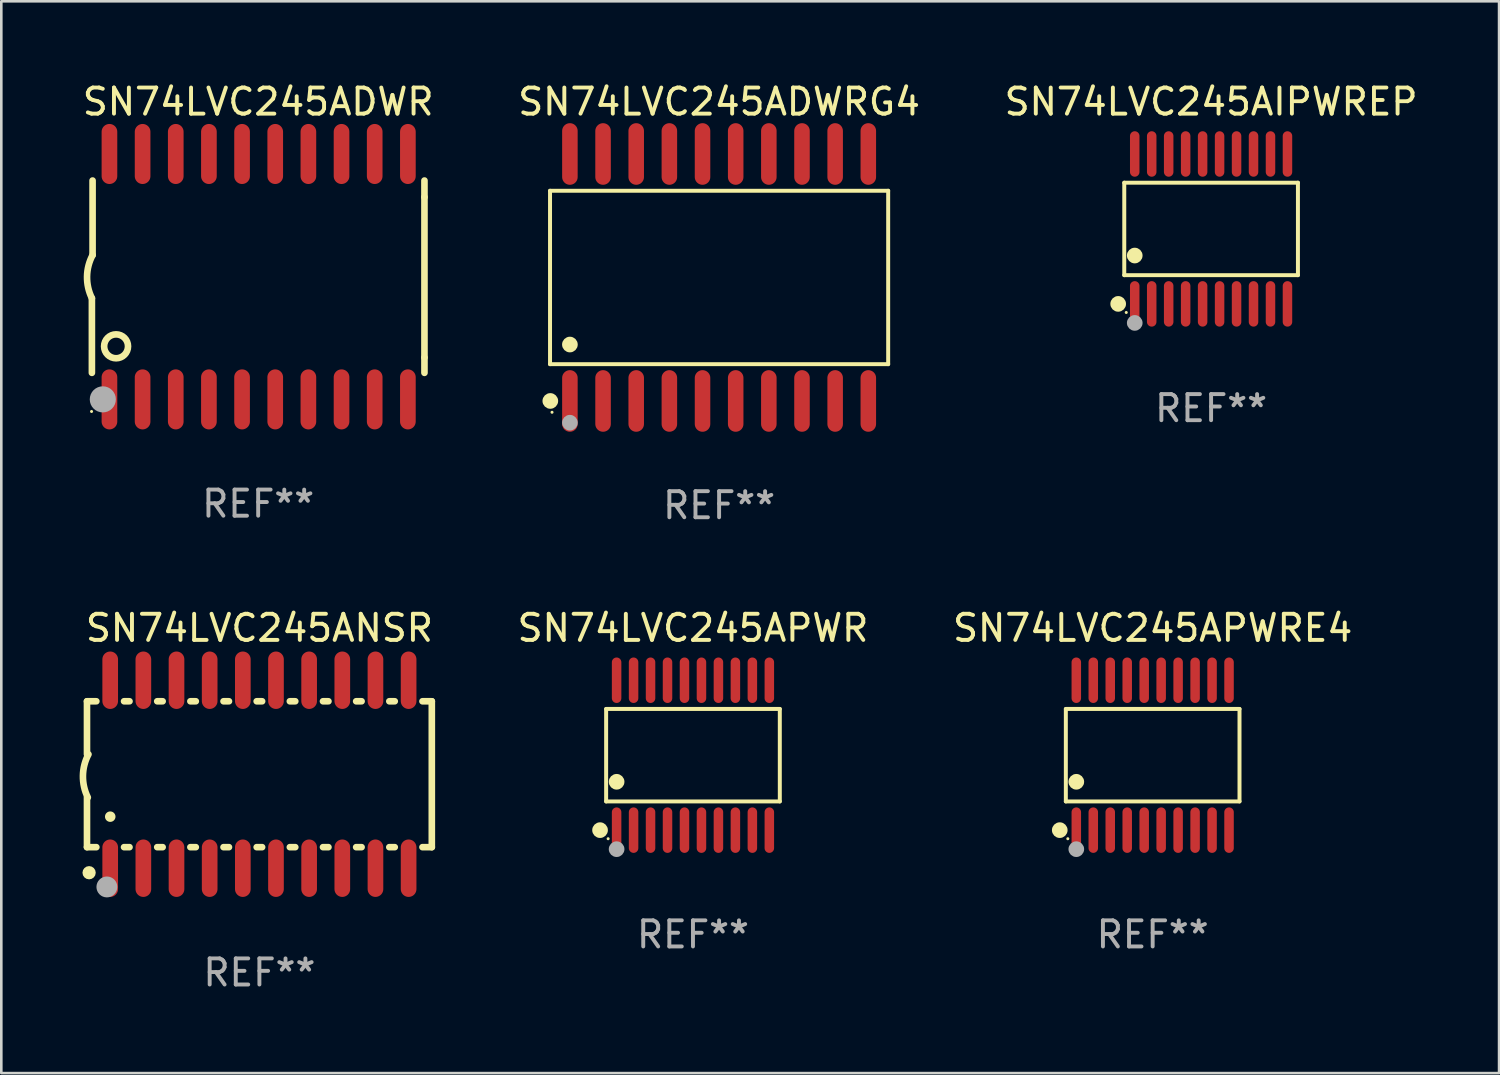
<source format=kicad_pcb>
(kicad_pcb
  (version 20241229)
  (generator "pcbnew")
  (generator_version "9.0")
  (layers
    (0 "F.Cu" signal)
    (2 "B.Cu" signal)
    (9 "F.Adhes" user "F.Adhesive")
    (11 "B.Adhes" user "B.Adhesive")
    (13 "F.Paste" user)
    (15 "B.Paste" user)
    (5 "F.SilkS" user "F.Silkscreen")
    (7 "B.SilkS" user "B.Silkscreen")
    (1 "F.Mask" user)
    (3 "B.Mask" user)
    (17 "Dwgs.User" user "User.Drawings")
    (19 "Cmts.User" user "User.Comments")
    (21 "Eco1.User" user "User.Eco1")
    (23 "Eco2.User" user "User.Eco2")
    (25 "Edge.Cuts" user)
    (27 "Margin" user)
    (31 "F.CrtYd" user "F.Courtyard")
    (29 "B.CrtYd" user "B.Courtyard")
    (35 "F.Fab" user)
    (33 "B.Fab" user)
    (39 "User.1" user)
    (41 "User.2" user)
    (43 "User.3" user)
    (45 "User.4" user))
  (footprint "SN74LVC245AIPWREP"
    (layer "F.Cu")
    (at 43.339 5.719)
    (property "Reference" "SN74LVC245AIPWREP" (at 0 -4.871 0) (layer "F.SilkS") (effects (font (size 1 1) (thickness 0.15))))
    (attr through_hole)
    (fp_line (start -3.326 -1.771) (end 3.326 -1.771) (stroke (width 0.152) (type solid)) (layer "F.SilkS"))
    (fp_line (start -3.326 1.771) (end -3.326 -1.771) (stroke (width 0.152) (type solid)) (layer "F.SilkS"))
    (fp_line (start 3.326 -1.771) (end 3.326 1.771) (stroke (width 0.152) (type solid)) (layer "F.SilkS"))
    (fp_line (start 3.326 1.771) (end -3.326 1.771) (stroke (width 0.152) (type solid)) (layer "F.SilkS"))
    (fp_circle (center -3.559 2.871) (end -3.409 2.871) (stroke (width 0.3) (type solid)) (fill no) (layer "F.SilkS"))
    (fp_circle (center -3.25 3.2) (end -3.22 3.2) (stroke (width 0.06) (type solid)) (fill no) (layer "F.SilkS"))
    (fp_circle (center -2.925 1.019) (end -2.775 1.019) (stroke (width 0.3) (type solid)) (fill no) (layer "F.SilkS"))
    (fp_circle (center -2.925 3.6) (end -2.775 3.6) (stroke (width 0.3) (type solid)) (fill no) (layer "F.Fab"))
    (fp_text user "REF**" (at 0 6.871 0) (layer "F.Fab") (effects (font (size 1 1) (thickness 0.15))))
    (pad "1" smd oval (at -2.925 2.871) (size 0.364 1.742) (layers "F.Cu" "F.Mask" "F.Paste"))
    (pad "2" smd oval (at -2.275 2.871) (size 0.364 1.742) (layers "F.Cu" "F.Mask" "F.Paste"))
    (pad "3" smd oval (at -1.625 2.871) (size 0.364 1.742) (layers "F.Cu" "F.Mask" "F.Paste"))
    (pad "4" smd oval (at -0.975 2.871) (size 0.364 1.742) (layers "F.Cu" "F.Mask" "F.Paste"))
    (pad "5" smd oval (at -0.325 2.871) (size 0.364 1.742) (layers "F.Cu" "F.Mask" "F.Paste"))
    (pad "6" smd oval (at 0.325 2.871) (size 0.364 1.742) (layers "F.Cu" "F.Mask" "F.Paste"))
    (pad "7" smd oval (at 0.975 2.871) (size 0.364 1.742) (layers "F.Cu" "F.Mask" "F.Paste"))
    (pad "8" smd oval (at 1.625 2.871) (size 0.364 1.742) (layers "F.Cu" "F.Mask" "F.Paste"))
    (pad "9" smd oval (at 2.275 2.871) (size 0.364 1.742) (layers "F.Cu" "F.Mask" "F.Paste"))
    (pad "10" smd oval (at 2.925 2.871) (size 0.364 1.742) (layers "F.Cu" "F.Mask" "F.Paste"))
    (pad "11" smd oval (at 2.925 -2.871) (size 0.364 1.742) (layers "F.Cu" "F.Mask" "F.Paste"))
    (pad "12" smd oval (at 2.275 -2.871) (size 0.364 1.742) (layers "F.Cu" "F.Mask" "F.Paste"))
    (pad "13" smd oval (at 1.625 -2.871) (size 0.364 1.742) (layers "F.Cu" "F.Mask" "F.Paste"))
    (pad "14" smd oval (at 0.975 -2.871) (size 0.364 1.742) (layers "F.Cu" "F.Mask" "F.Paste"))
    (pad "15" smd oval (at 0.325 -2.871) (size 0.364 1.742) (layers "F.Cu" "F.Mask" "F.Paste"))
    (pad "16" smd oval (at -0.325 -2.871) (size 0.364 1.742) (layers "F.Cu" "F.Mask" "F.Paste"))
    (pad "17" smd oval (at -0.975 -2.871) (size 0.364 1.742) (layers "F.Cu" "F.Mask" "F.Paste"))
    (pad "18" smd oval (at -1.625 -2.871) (size 0.364 1.742) (layers "F.Cu" "F.Mask" "F.Paste"))
    (pad "19" smd oval (at -2.275 -2.871) (size 0.364 1.742) (layers "F.Cu" "F.Mask" "F.Paste"))
    (pad "20" smd oval (at -2.925 -2.871) (size 0.364 1.742) (layers "F.Cu" "F.Mask" "F.Paste")))
  (footprint "SN74LVC245ADWR"
    (layer "F.Cu")
    (at 6.839 7.548)
    (property "Reference" "SN74LVC245ADWR" (at 0 -6.7 0) (layer "F.SilkS") (effects (font (size 1 1) (thickness 0.15))))
    (attr through_hole)
    (fp_line (start -6.369 0.826) (end -6.369 3.683) (stroke (width 0.254) (type solid)) (layer "F.SilkS"))
    (fp_line (start -6.343 -0.825) (end -6.343 -3.683) (stroke (width 0.254) (type solid)) (layer "F.SilkS"))
    (fp_line (start 6.369 -3.048) (end 6.369 -3.683) (stroke (width 0.254) (type solid)) (layer "F.SilkS"))
    (fp_line (start 6.369 -3.048) (end 6.369 3.096) (stroke (width 0.254) (type solid)) (layer "F.SilkS"))
    (fp_line (start 6.369 3.096) (end 6.369 3.683) (stroke (width 0.254) (type solid)) (layer "F.SilkS"))
    (fp_arc (start -6.36853 0.825552) (mid -6.554743 -0.00301) (end -6.343129 -0.825451) (stroke (width 0.254001) (type solid)) (layer "F.SilkS"))
    (fp_circle (center -6.382 5.163) (end -6.352 5.163) (stroke (width 0.06) (type solid)) (fill no) (layer "F.SilkS"))
    (fp_circle (center -5.443 2.667) (end -4.985 2.667) (stroke (width 0.254) (type solid)) (fill no) (layer "F.SilkS"))
    (fp_circle (center -5.951 4.699) (end -5.701 4.699) (stroke (width 0.5) (type solid)) (fill no) (layer "F.Fab"))
    (fp_text user "REF**" (at 0 8.7 0) (layer "F.Fab") (effects (font (size 1 1) (thickness 0.15))))
    (pad "1" smd oval (at -5.697 4.7 180) (size 0.6 2.3) (layers "F.Cu" "F.Mask" "F.Paste"))
    (pad "2" smd oval (at -4.427 4.7 180) (size 0.6 2.3) (layers "F.Cu" "F.Mask" "F.Paste"))
    (pad "3" smd oval (at -3.157 4.7 180) (size 0.6 2.3) (layers "F.Cu" "F.Mask" "F.Paste"))
    (pad "4" smd oval (at -1.887 4.7 180) (size 0.6 2.3) (layers "F.Cu" "F.Mask" "F.Paste"))
    (pad "5" smd oval (at -0.617 4.7 180) (size 0.6 2.3) (layers "F.Cu" "F.Mask" "F.Paste"))
    (pad "6" smd oval (at 0.653 4.7 180) (size 0.6 2.3) (layers "F.Cu" "F.Mask" "F.Paste"))
    (pad "7" smd oval (at 1.923 4.7 180) (size 0.6 2.3) (layers "F.Cu" "F.Mask" "F.Paste"))
    (pad "8" smd oval (at 3.193 4.7 180) (size 0.6 2.3) (layers "F.Cu" "F.Mask" "F.Paste"))
    (pad "9" smd oval (at 4.463 4.7 180) (size 0.6 2.3) (layers "F.Cu" "F.Mask" "F.Paste"))
    (pad "10" smd oval (at 5.734 4.7 180) (size 0.6 2.3) (layers "F.Cu" "F.Mask" "F.Paste"))
    (pad "11" smd oval (at 5.734 -4.7 180) (size 0.6 2.3) (layers "F.Cu" "F.Mask" "F.Paste"))
    (pad "12" smd oval (at 4.463 -4.7 180) (size 0.6 2.3) (layers "F.Cu" "F.Mask" "F.Paste"))
    (pad "13" smd oval (at 3.193 -4.7 180) (size 0.6 2.3) (layers "F.Cu" "F.Mask" "F.Paste"))
    (pad "14" smd oval (at 1.923 -4.7 180) (size 0.6 2.3) (layers "F.Cu" "F.Mask" "F.Paste"))
    (pad "15" smd oval (at 0.653 -4.7 180) (size 0.6 2.3) (layers "F.Cu" "F.Mask" "F.Paste"))
    (pad "16" smd oval (at -0.617 -4.7 180) (size 0.6 2.3) (layers "F.Cu" "F.Mask" "F.Paste"))
    (pad "17" smd oval (at -1.887 -4.7 180) (size 0.6 2.3) (layers "F.Cu" "F.Mask" "F.Paste"))
    (pad "18" smd oval (at -3.157 -4.7 180) (size 0.6 2.3) (layers "F.Cu" "F.Mask" "F.Paste"))
    (pad "19" smd oval (at -4.427 -4.7 180) (size 0.6 2.3) (layers "F.Cu" "F.Mask" "F.Paste"))
    (pad "20" smd oval (at -5.697 -4.7 180) (size 0.6 2.3) (layers "F.Cu" "F.Mask" "F.Paste")))
  (footprint "SN74LVC245APWR"
    (layer "F.Cu")
    (at 23.493 25.876)
    (property "Reference" "SN74LVC245APWR" (at 0 -4.871 0) (layer "F.SilkS") (effects (font (size 1 1) (thickness 0.15))))
    (attr through_hole)
    (fp_line (start -3.326 -1.771) (end 3.326 -1.771) (stroke (width 0.152) (type solid)) (layer "F.SilkS"))
    (fp_line (start -3.326 1.771) (end -3.326 -1.771) (stroke (width 0.152) (type solid)) (layer "F.SilkS"))
    (fp_line (start 3.326 -1.771) (end 3.326 1.771) (stroke (width 0.152) (type solid)) (layer "F.SilkS"))
    (fp_line (start 3.326 1.771) (end -3.326 1.771) (stroke (width 0.152) (type solid)) (layer "F.SilkS"))
    (fp_circle (center -3.559 2.871) (end -3.409 2.871) (stroke (width 0.3) (type solid)) (fill no) (layer "F.SilkS"))
    (fp_circle (center -3.25 3.2) (end -3.22 3.2) (stroke (width 0.06) (type solid)) (fill no) (layer "F.SilkS"))
    (fp_circle (center -2.925 1.019) (end -2.775 1.019) (stroke (width 0.3) (type solid)) (fill no) (layer "F.SilkS"))
    (fp_circle (center -2.925 3.6) (end -2.775 3.6) (stroke (width 0.3) (type solid)) (fill no) (layer "F.Fab"))
    (fp_text user "REF**" (at 0 6.871 0) (layer "F.Fab") (effects (font (size 1 1) (thickness 0.15))))
    (pad "1" smd oval (at -2.925 2.871) (size 0.364 1.742) (layers "F.Cu" "F.Mask" "F.Paste"))
    (pad "2" smd oval (at -2.275 2.871) (size 0.364 1.742) (layers "F.Cu" "F.Mask" "F.Paste"))
    (pad "3" smd oval (at -1.625 2.871) (size 0.364 1.742) (layers "F.Cu" "F.Mask" "F.Paste"))
    (pad "4" smd oval (at -0.975 2.871) (size 0.364 1.742) (layers "F.Cu" "F.Mask" "F.Paste"))
    (pad "5" smd oval (at -0.325 2.871) (size 0.364 1.742) (layers "F.Cu" "F.Mask" "F.Paste"))
    (pad "6" smd oval (at 0.325 2.871) (size 0.364 1.742) (layers "F.Cu" "F.Mask" "F.Paste"))
    (pad "7" smd oval (at 0.975 2.871) (size 0.364 1.742) (layers "F.Cu" "F.Mask" "F.Paste"))
    (pad "8" smd oval (at 1.625 2.871) (size 0.364 1.742) (layers "F.Cu" "F.Mask" "F.Paste"))
    (pad "9" smd oval (at 2.275 2.871) (size 0.364 1.742) (layers "F.Cu" "F.Mask" "F.Paste"))
    (pad "10" smd oval (at 2.925 2.871) (size 0.364 1.742) (layers "F.Cu" "F.Mask" "F.Paste"))
    (pad "11" smd oval (at 2.925 -2.871) (size 0.364 1.742) (layers "F.Cu" "F.Mask" "F.Paste"))
    (pad "12" smd oval (at 2.275 -2.871) (size 0.364 1.742) (layers "F.Cu" "F.Mask" "F.Paste"))
    (pad "13" smd oval (at 1.625 -2.871) (size 0.364 1.742) (layers "F.Cu" "F.Mask" "F.Paste"))
    (pad "14" smd oval (at 0.975 -2.871) (size 0.364 1.742) (layers "F.Cu" "F.Mask" "F.Paste"))
    (pad "15" smd oval (at 0.325 -2.871) (size 0.364 1.742) (layers "F.Cu" "F.Mask" "F.Paste"))
    (pad "16" smd oval (at -0.325 -2.871) (size 0.364 1.742) (layers "F.Cu" "F.Mask" "F.Paste"))
    (pad "17" smd oval (at -0.975 -2.871) (size 0.364 1.742) (layers "F.Cu" "F.Mask" "F.Paste"))
    (pad "18" smd oval (at -1.625 -2.871) (size 0.364 1.742) (layers "F.Cu" "F.Mask" "F.Paste"))
    (pad "19" smd oval (at -2.275 -2.871) (size 0.364 1.742) (layers "F.Cu" "F.Mask" "F.Paste"))
    (pad "20" smd oval (at -2.925 -2.871) (size 0.364 1.742) (layers "F.Cu" "F.Mask" "F.Paste")))
  (footprint "SN74LVC245APWRE4"
    (layer "F.Cu")
    (at 41.101 25.876)
    (property "Reference" "SN74LVC245APWRE4" (at 0 -4.871 0) (layer "F.SilkS") (effects (font (size 1 1) (thickness 0.15))))
    (attr through_hole)
    (fp_line (start -3.326 -1.771) (end 3.326 -1.771) (stroke (width 0.152) (type solid)) (layer "F.SilkS"))
    (fp_line (start -3.326 1.771) (end -3.326 -1.771) (stroke (width 0.152) (type solid)) (layer "F.SilkS"))
    (fp_line (start 3.326 -1.771) (end 3.326 1.771) (stroke (width 0.152) (type solid)) (layer "F.SilkS"))
    (fp_line (start 3.326 1.771) (end -3.326 1.771) (stroke (width 0.152) (type solid)) (layer "F.SilkS"))
    (fp_circle (center -3.559 2.871) (end -3.409 2.871) (stroke (width 0.3) (type solid)) (fill no) (layer "F.SilkS"))
    (fp_circle (center -3.25 3.2) (end -3.22 3.2) (stroke (width 0.06) (type solid)) (fill no) (layer "F.SilkS"))
    (fp_circle (center -2.925 1.019) (end -2.775 1.019) (stroke (width 0.3) (type solid)) (fill no) (layer "F.SilkS"))
    (fp_circle (center -2.925 3.6) (end -2.775 3.6) (stroke (width 0.3) (type solid)) (fill no) (layer "F.Fab"))
    (fp_text user "REF**" (at 0 6.871 0) (layer "F.Fab") (effects (font (size 1 1) (thickness 0.15))))
    (pad "1" smd oval (at -2.925 2.871) (size 0.364 1.742) (layers "F.Cu" "F.Mask" "F.Paste"))
    (pad "2" smd oval (at -2.275 2.871) (size 0.364 1.742) (layers "F.Cu" "F.Mask" "F.Paste"))
    (pad "3" smd oval (at -1.625 2.871) (size 0.364 1.742) (layers "F.Cu" "F.Mask" "F.Paste"))
    (pad "4" smd oval (at -0.975 2.871) (size 0.364 1.742) (layers "F.Cu" "F.Mask" "F.Paste"))
    (pad "5" smd oval (at -0.325 2.871) (size 0.364 1.742) (layers "F.Cu" "F.Mask" "F.Paste"))
    (pad "6" smd oval (at 0.325 2.871) (size 0.364 1.742) (layers "F.Cu" "F.Mask" "F.Paste"))
    (pad "7" smd oval (at 0.975 2.871) (size 0.364 1.742) (layers "F.Cu" "F.Mask" "F.Paste"))
    (pad "8" smd oval (at 1.625 2.871) (size 0.364 1.742) (layers "F.Cu" "F.Mask" "F.Paste"))
    (pad "9" smd oval (at 2.275 2.871) (size 0.364 1.742) (layers "F.Cu" "F.Mask" "F.Paste"))
    (pad "10" smd oval (at 2.925 2.871) (size 0.364 1.742) (layers "F.Cu" "F.Mask" "F.Paste"))
    (pad "11" smd oval (at 2.925 -2.871) (size 0.364 1.742) (layers "F.Cu" "F.Mask" "F.Paste"))
    (pad "12" smd oval (at 2.275 -2.871) (size 0.364 1.742) (layers "F.Cu" "F.Mask" "F.Paste"))
    (pad "13" smd oval (at 1.625 -2.871) (size 0.364 1.742) (layers "F.Cu" "F.Mask" "F.Paste"))
    (pad "14" smd oval (at 0.975 -2.871) (size 0.364 1.742) (layers "F.Cu" "F.Mask" "F.Paste"))
    (pad "15" smd oval (at 0.325 -2.871) (size 0.364 1.742) (layers "F.Cu" "F.Mask" "F.Paste"))
    (pad "16" smd oval (at -0.325 -2.871) (size 0.364 1.742) (layers "F.Cu" "F.Mask" "F.Paste"))
    (pad "17" smd oval (at -0.975 -2.871) (size 0.364 1.742) (layers "F.Cu" "F.Mask" "F.Paste"))
    (pad "18" smd oval (at -1.625 -2.871) (size 0.364 1.742) (layers "F.Cu" "F.Mask" "F.Paste"))
    (pad "19" smd oval (at -2.275 -2.871) (size 0.364 1.742) (layers "F.Cu" "F.Mask" "F.Paste"))
    (pad "20" smd oval (at -2.925 -2.871) (size 0.364 1.742) (layers "F.Cu" "F.Mask" "F.Paste")))
  (footprint "SN74LVC245ADWRG4"
    (layer "F.Cu")
    (at 24.494 7.578)
    (property "Reference" "SN74LVC245ADWRG4" (at 0 -6.73 0) (layer "F.SilkS") (effects (font (size 1 1) (thickness 0.15))))
    (attr through_hole)
    (fp_line (start -6.476 -3.321) (end 6.476 -3.321) (stroke (width 0.152) (type solid)) (layer "F.SilkS"))
    (fp_line (start -6.476 3.321) (end -6.476 -3.321) (stroke (width 0.152) (type solid)) (layer "F.SilkS"))
    (fp_line (start 6.476 -3.321) (end 6.476 3.321) (stroke (width 0.152) (type solid)) (layer "F.SilkS"))
    (fp_line (start 6.476 3.321) (end -6.476 3.321) (stroke (width 0.152) (type solid)) (layer "F.SilkS"))
    (fp_circle (center -6.465 4.73) (end -6.315 4.73) (stroke (width 0.3) (type solid)) (fill no) (layer "F.SilkS"))
    (fp_circle (center -6.4 5.163) (end -6.37 5.163) (stroke (width 0.06) (type solid)) (fill no) (layer "F.SilkS"))
    (fp_circle (center -5.715 2.569) (end -5.565 2.569) (stroke (width 0.3) (type solid)) (fill no) (layer "F.SilkS"))
    (fp_circle (center -5.715 5.563) (end -5.565 5.563) (stroke (width 0.3) (type solid)) (fill no) (layer "F.Fab"))
    (fp_text user "REF**" (at 0 8.73 0) (layer "F.Fab") (effects (font (size 1 1) (thickness 0.15))))
    (pad "1" smd oval (at -5.715 4.73) (size 0.595 2.36) (layers "F.Cu" "F.Mask" "F.Paste"))
    (pad "2" smd oval (at -4.445 4.73) (size 0.595 2.36) (layers "F.Cu" "F.Mask" "F.Paste"))
    (pad "3" smd oval (at -3.175 4.73) (size 0.595 2.36) (layers "F.Cu" "F.Mask" "F.Paste"))
    (pad "4" smd oval (at -1.905 4.73) (size 0.595 2.36) (layers "F.Cu" "F.Mask" "F.Paste"))
    (pad "5" smd oval (at -0.635 4.73) (size 0.595 2.36) (layers "F.Cu" "F.Mask" "F.Paste"))
    (pad "6" smd oval (at 0.635 4.73) (size 0.595 2.36) (layers "F.Cu" "F.Mask" "F.Paste"))
    (pad "7" smd oval (at 1.905 4.73) (size 0.595 2.36) (layers "F.Cu" "F.Mask" "F.Paste"))
    (pad "8" smd oval (at 3.175 4.73) (size 0.595 2.36) (layers "F.Cu" "F.Mask" "F.Paste"))
    (pad "9" smd oval (at 4.445 4.73) (size 0.595 2.36) (layers "F.Cu" "F.Mask" "F.Paste"))
    (pad "10" smd oval (at 5.715 4.73) (size 0.595 2.36) (layers "F.Cu" "F.Mask" "F.Paste"))
    (pad "11" smd oval (at 5.715 -4.73) (size 0.595 2.36) (layers "F.Cu" "F.Mask" "F.Paste"))
    (pad "12" smd oval (at 4.445 -4.73) (size 0.595 2.36) (layers "F.Cu" "F.Mask" "F.Paste"))
    (pad "13" smd oval (at 3.175 -4.73) (size 0.595 2.36) (layers "F.Cu" "F.Mask" "F.Paste"))
    (pad "14" smd oval (at 1.905 -4.73) (size 0.595 2.36) (layers "F.Cu" "F.Mask" "F.Paste"))
    (pad "15" smd oval (at 0.635 -4.73) (size 0.595 2.36) (layers "F.Cu" "F.Mask" "F.Paste"))
    (pad "16" smd oval (at -0.635 -4.73) (size 0.595 2.36) (layers "F.Cu" "F.Mask" "F.Paste"))
    (pad "17" smd oval (at -1.905 -4.73) (size 0.595 2.36) (layers "F.Cu" "F.Mask" "F.Paste"))
    (pad "18" smd oval (at -3.175 -4.73) (size 0.595 2.36) (layers "F.Cu" "F.Mask" "F.Paste"))
    (pad "19" smd oval (at -4.445 -4.73) (size 0.595 2.36) (layers "F.Cu" "F.Mask" "F.Paste"))
    (pad "20" smd oval (at -5.715 -4.73) (size 0.595 2.36) (layers "F.Cu" "F.Mask" "F.Paste")))
  (footprint "SN74LVC245ANSR"
    (layer "F.Cu")
    (at 6.886 26.605)
    (property "Reference" "SN74LVC245ANSR" (at 0 -5.6 0) (layer "F.SilkS") (effects (font (size 1 1) (thickness 0.15))))
    (attr through_hole)
    (fp_line (start -6.604 -2.794) (end -6.246 -2.794) (stroke (width 0.254) (type solid)) (layer "F.SilkS"))
    (fp_line (start -6.604 -0.762) (end -6.604 -2.794) (stroke (width 0.254) (type solid)) (layer "F.SilkS"))
    (fp_line (start -6.604 2.794) (end -6.604 0.889) (stroke (width 0.254) (type solid)) (layer "F.SilkS"))
    (fp_line (start -6.246 2.794) (end -6.604 2.794) (stroke (width 0.254) (type solid)) (layer "F.SilkS"))
    (fp_line (start -5.184 -2.794) (end -4.976 -2.794) (stroke (width 0.254) (type solid)) (layer "F.SilkS"))
    (fp_line (start -4.976 2.794) (end -5.184 2.794) (stroke (width 0.254) (type solid)) (layer "F.SilkS"))
    (fp_line (start -3.914 -2.794) (end -3.706 -2.794) (stroke (width 0.254) (type solid)) (layer "F.SilkS"))
    (fp_line (start -3.706 2.794) (end -3.914 2.794) (stroke (width 0.254) (type solid)) (layer "F.SilkS"))
    (fp_line (start -2.644 -2.794) (end -2.436 -2.794) (stroke (width 0.254) (type solid)) (layer "F.SilkS"))
    (fp_line (start -2.436 2.794) (end -2.644 2.794) (stroke (width 0.254) (type solid)) (layer "F.SilkS"))
    (fp_line (start -1.374 -2.794) (end -1.166 -2.794) (stroke (width 0.254) (type solid)) (layer "F.SilkS"))
    (fp_line (start -1.166 2.794) (end -1.374 2.794) (stroke (width 0.254) (type solid)) (layer "F.SilkS"))
    (fp_line (start -0.104 -2.794) (end 0.104 -2.794) (stroke (width 0.254) (type solid)) (layer "F.SilkS"))
    (fp_line (start 0.104 2.794) (end -0.104 2.794) (stroke (width 0.254) (type solid)) (layer "F.SilkS"))
    (fp_line (start 1.166 -2.794) (end 1.374 -2.794) (stroke (width 0.254) (type solid)) (layer "F.SilkS"))
    (fp_line (start 1.374 2.794) (end 1.166 2.794) (stroke (width 0.254) (type solid)) (layer "F.SilkS"))
    (fp_line (start 2.436 -2.794) (end 2.644 -2.794) (stroke (width 0.254) (type solid)) (layer "F.SilkS"))
    (fp_line (start 2.644 2.794) (end 2.436 2.794) (stroke (width 0.254) (type solid)) (layer "F.SilkS"))
    (fp_line (start 3.706 -2.794) (end 3.914 -2.794) (stroke (width 0.254) (type solid)) (layer "F.SilkS"))
    (fp_line (start 3.914 2.794) (end 3.706 2.794) (stroke (width 0.254) (type solid)) (layer "F.SilkS"))
    (fp_line (start 4.976 -2.794) (end 5.184 -2.794) (stroke (width 0.254) (type solid)) (layer "F.SilkS"))
    (fp_line (start 5.184 2.794) (end 4.976 2.794) (stroke (width 0.254) (type solid)) (layer "F.SilkS"))
    (fp_line (start 6.246 -2.794) (end 6.604 -2.794) (stroke (width 0.254) (type solid)) (layer "F.SilkS"))
    (fp_line (start 6.604 -2.794) (end 6.604 2.794) (stroke (width 0.254) (type solid)) (layer "F.SilkS"))
    (fp_line (start 6.604 2.794) (end 6.246 2.794) (stroke (width 0.254) (type solid)) (layer "F.SilkS"))
    (fp_arc (start -6.572821 0.889028) (mid -6.759035 0.060466) (end -6.547422 -0.761976) (stroke (width 0.254001) (type solid)) (layer "F.SilkS"))
    (fp_arc (start -6.570993 3.749047) (mid -6.569723 3.749042) (end -6.568453 3.749047) (stroke (width 0.3) (type solid)) (layer "F.SilkS"))
    (fp_arc (start -5.715011 1.625603) (mid -5.713741 1.625599) (end -5.712471 1.625603) (stroke (width 0.4) (type solid)) (layer "F.SilkS"))
    (fp_circle (center -6.523 3.773) (end -6.396 3.773) (stroke (width 0.254) (type solid)) (fill no) (layer "F.SilkS"))
    (fp_circle (center -5.842 4.318) (end -5.642 4.318) (stroke (width 0.4) (type solid)) (fill no) (layer "F.Fab"))
    (fp_text user "REF**" (at 0 7.6 0) (layer "F.Fab") (effects (font (size 1 1) (thickness 0.15))))
    (pad "1" smd oval (at -5.715 3.6) (size 0.6 2.2) (layers "F.Cu" "F.Mask" "F.Paste"))
    (pad "2" smd oval (at -4.445 3.6) (size 0.6 2.2) (layers "F.Cu" "F.Mask" "F.Paste"))
    (pad "3" smd oval (at -3.175 3.6) (size 0.6 2.2) (layers "F.Cu" "F.Mask" "F.Paste"))
    (pad "4" smd oval (at -1.905 3.6) (size 0.6 2.2) (layers "F.Cu" "F.Mask" "F.Paste"))
    (pad "5" smd oval (at -0.635 3.6) (size 0.6 2.2) (layers "F.Cu" "F.Mask" "F.Paste"))
    (pad "6" smd oval (at 0.635 3.6) (size 0.6 2.2) (layers "F.Cu" "F.Mask" "F.Paste"))
    (pad "7" smd oval (at 1.905 3.6) (size 0.6 2.2) (layers "F.Cu" "F.Mask" "F.Paste"))
    (pad "8" smd oval (at 3.175 3.6) (size 0.6 2.2) (layers "F.Cu" "F.Mask" "F.Paste"))
    (pad "9" smd oval (at 4.445 3.6) (size 0.6 2.2) (layers "F.Cu" "F.Mask" "F.Paste"))
    (pad "10" smd oval (at 5.715 3.6) (size 0.6 2.2) (layers "F.Cu" "F.Mask" "F.Paste"))
    (pad "11" smd oval (at 5.715 -3.6 180) (size 0.6 2.2) (layers "F.Cu" "F.Mask" "F.Paste"))
    (pad "12" smd oval (at 4.445 -3.6 180) (size 0.6 2.2) (layers "F.Cu" "F.Mask" "F.Paste"))
    (pad "13" smd oval (at 3.175 -3.6 180) (size 0.6 2.2) (layers "F.Cu" "F.Mask" "F.Paste"))
    (pad "14" smd oval (at 1.905 -3.6 180) (size 0.6 2.2) (layers "F.Cu" "F.Mask" "F.Paste"))
    (pad "15" smd oval (at 0.635 -3.6 180) (size 0.6 2.2) (layers "F.Cu" "F.Mask" "F.Paste"))
    (pad "16" smd oval (at -0.635 -3.6 180) (size 0.6 2.2) (layers "F.Cu" "F.Mask" "F.Paste"))
    (pad "17" smd oval (at -1.905 -3.6 180) (size 0.6 2.2) (layers "F.Cu" "F.Mask" "F.Paste"))
    (pad "18" smd oval (at -3.175 -3.6 180) (size 0.6 2.2) (layers "F.Cu" "F.Mask" "F.Paste"))
    (pad "19" smd oval (at -4.445 -3.6 180) (size 0.6 2.2) (layers "F.Cu" "F.Mask" "F.Paste"))
    (pad "20" smd oval (at -5.715 -3.6 180) (size 0.6 2.2) (layers "F.Cu" "F.Mask" "F.Paste")))
  (gr_rect
    (start -3 -3)
    (end 54.369 38.053)
    (stroke (width 0.1) (type default))
    (fill no)
    (layer "Edge.Cuts")))
</source>
